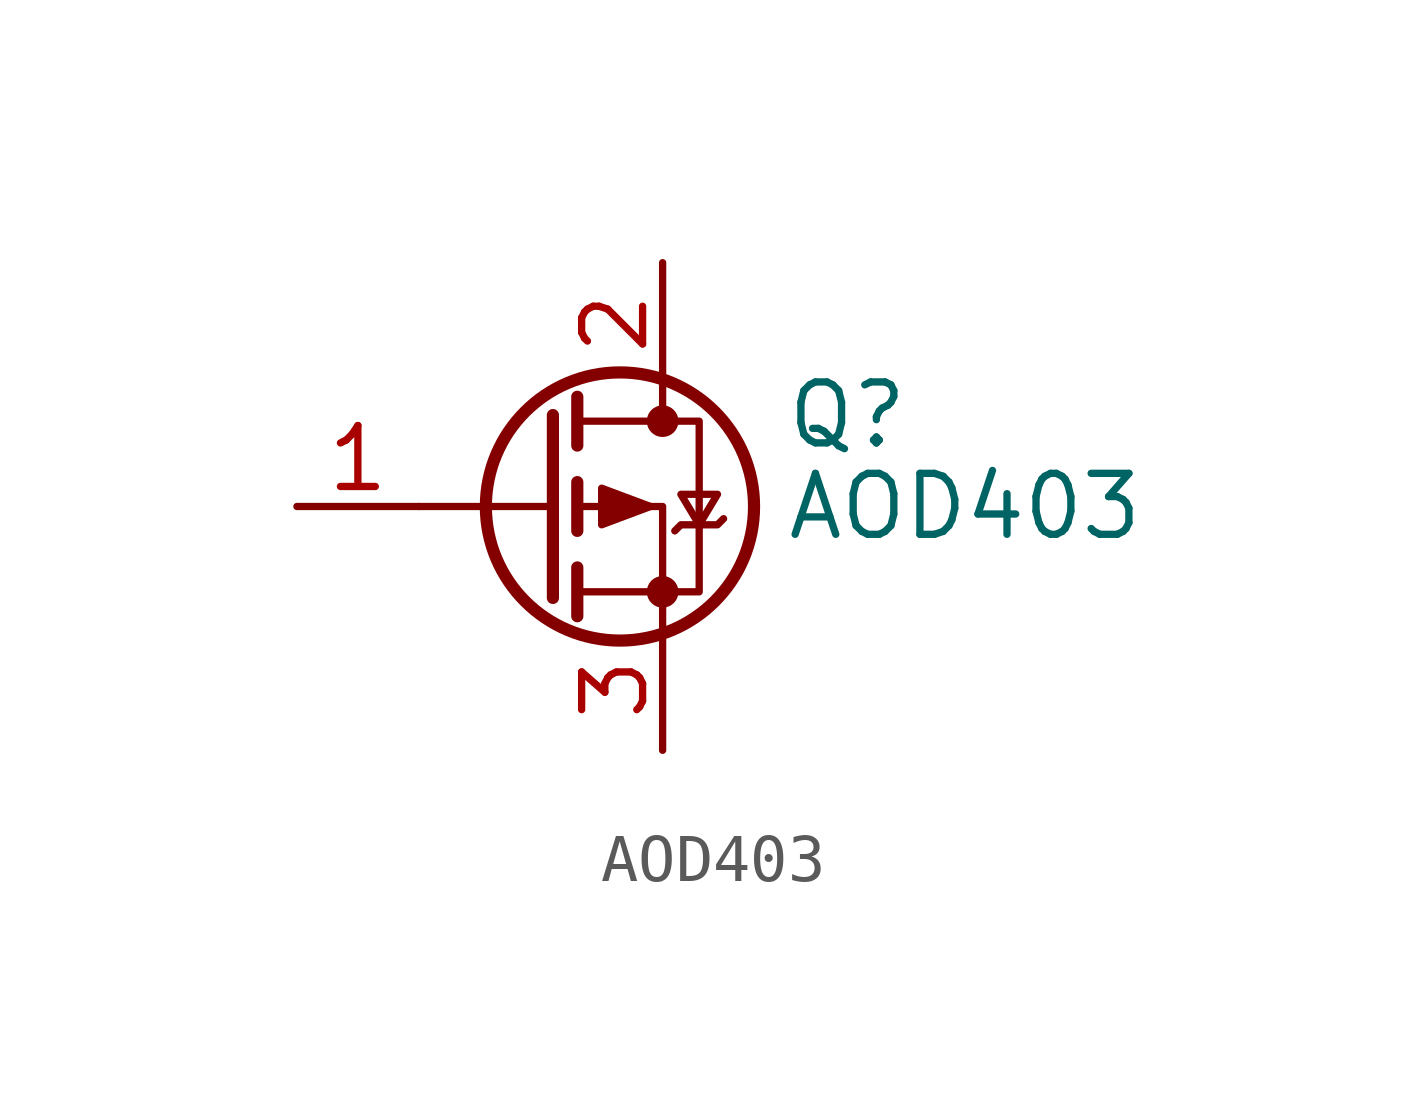
<source format=kicad_sym>
(kicad_symbol_lib
  (version 20211014)
  (generator kicad_symbol_editor)
  (symbol "AOD403"
    (pin_names hide)
    (property "Reference" "Q"
      (at 5.08 1.905 0)
      (effects (font (size 1.27 1.27)) (justify left)))
    (property "Value" "AOD403"
      (at 5.08 0 0)
      (effects (font (size 1.27 1.27)) (justify left)))
    (symbol "AOD403_0_1"
      (polyline (pts (xy 0.254 0) (xy -2.54 0)) (stroke (width 0) (type default) (color 0 0 0 0)) (fill (type none)))
      (polyline (pts (xy 0.254 1.905) (xy 0.254 -1.905)) (stroke (width 0.254) (type default) (color 0 0 0 0)) (fill (type none)))
      (polyline (pts (xy 0.762 -1.27) (xy 0.762 -2.286)) (stroke (width 0.254) (type default) (color 0 0 0 0)) (fill (type none)))
      (polyline (pts (xy 0.762 0.508) (xy 0.762 -0.508)) (stroke (width 0.254) (type default) (color 0 0 0 0)) (fill (type none)))
      (polyline (pts (xy 0.762 2.286) (xy 0.762 1.27)) (stroke (width 0.254) (type default) (color 0 0 0 0)) (fill (type none)))
      (polyline (pts (xy 2.54 2.54) (xy 2.54 1.778)) (stroke (width 0) (type default) (color 0 0 0 0)) (fill (type none)))
      (polyline (pts (xy 2.54 -2.54) (xy 2.54 0) (xy 0.762 0)) (stroke (width 0) (type default) (color 0 0 0 0)) (fill (type none)))
      (polyline (pts (xy 0.762 1.778) (xy 3.302 1.778) (xy 3.302 -1.778) (xy 0.762 -1.778)) (stroke (width 0) (type default) (color 0 0 0 0)) (fill (type none)))
      (polyline (pts (xy 2.286 0) (xy 1.27 0.381) (xy 1.27 -0.381) (xy 2.286 0)) (stroke (width 0) (type default) (color 0 0 0 0)) (fill (type outline)))
      (polyline (pts (xy 2.794 -0.508) (xy 2.921 -0.381) (xy 3.683 -0.381) (xy 3.81 -0.254)) (stroke (width 0) (type default) (color 0 0 0 0)) (fill (type none)))
      (polyline (pts (xy 3.302 -0.381) (xy 2.921 0.254) (xy 3.683 0.254) (xy 3.302 -0.381)) (stroke (width 0) (type default) (color 0 0 0 0)) (fill (type none)))
      (circle (center 1.651 0) (radius 2.794) (stroke (width 0.254) (type default) (color 0 0 0 0)) (fill (type none)))
      (circle (center 2.54 -1.778) (radius 0.254) (stroke (width 0) (type default) (color 0 0 0 0)) (fill (type outline)))
      (circle (center 2.54 1.778) (radius 0.254) (stroke (width 0) (type default) (color 0 0 0 0)) (fill (type outline))))
    (symbol "AOD403_1_1"
      (pin passive line (at -5.08 0 0) (length 2.54) (name "G" (effects (font (size 1.27 1.27)))) (number "1" (effects (font (size 1.27 1.27)))))
      (pin passive line (at 2.54 5.08 270) (length 2.54) (name "D" (effects (font (size 1.27 1.27)))) (number "2" (effects (font (size 1.27 1.27)))))
      (pin passive line (at 2.54 -5.08 90) (length 2.54) (name "S" (effects (font (size 1.27 1.27)))) (number "3" (effects (font (size 1.27 1.27))))))))
</source>
